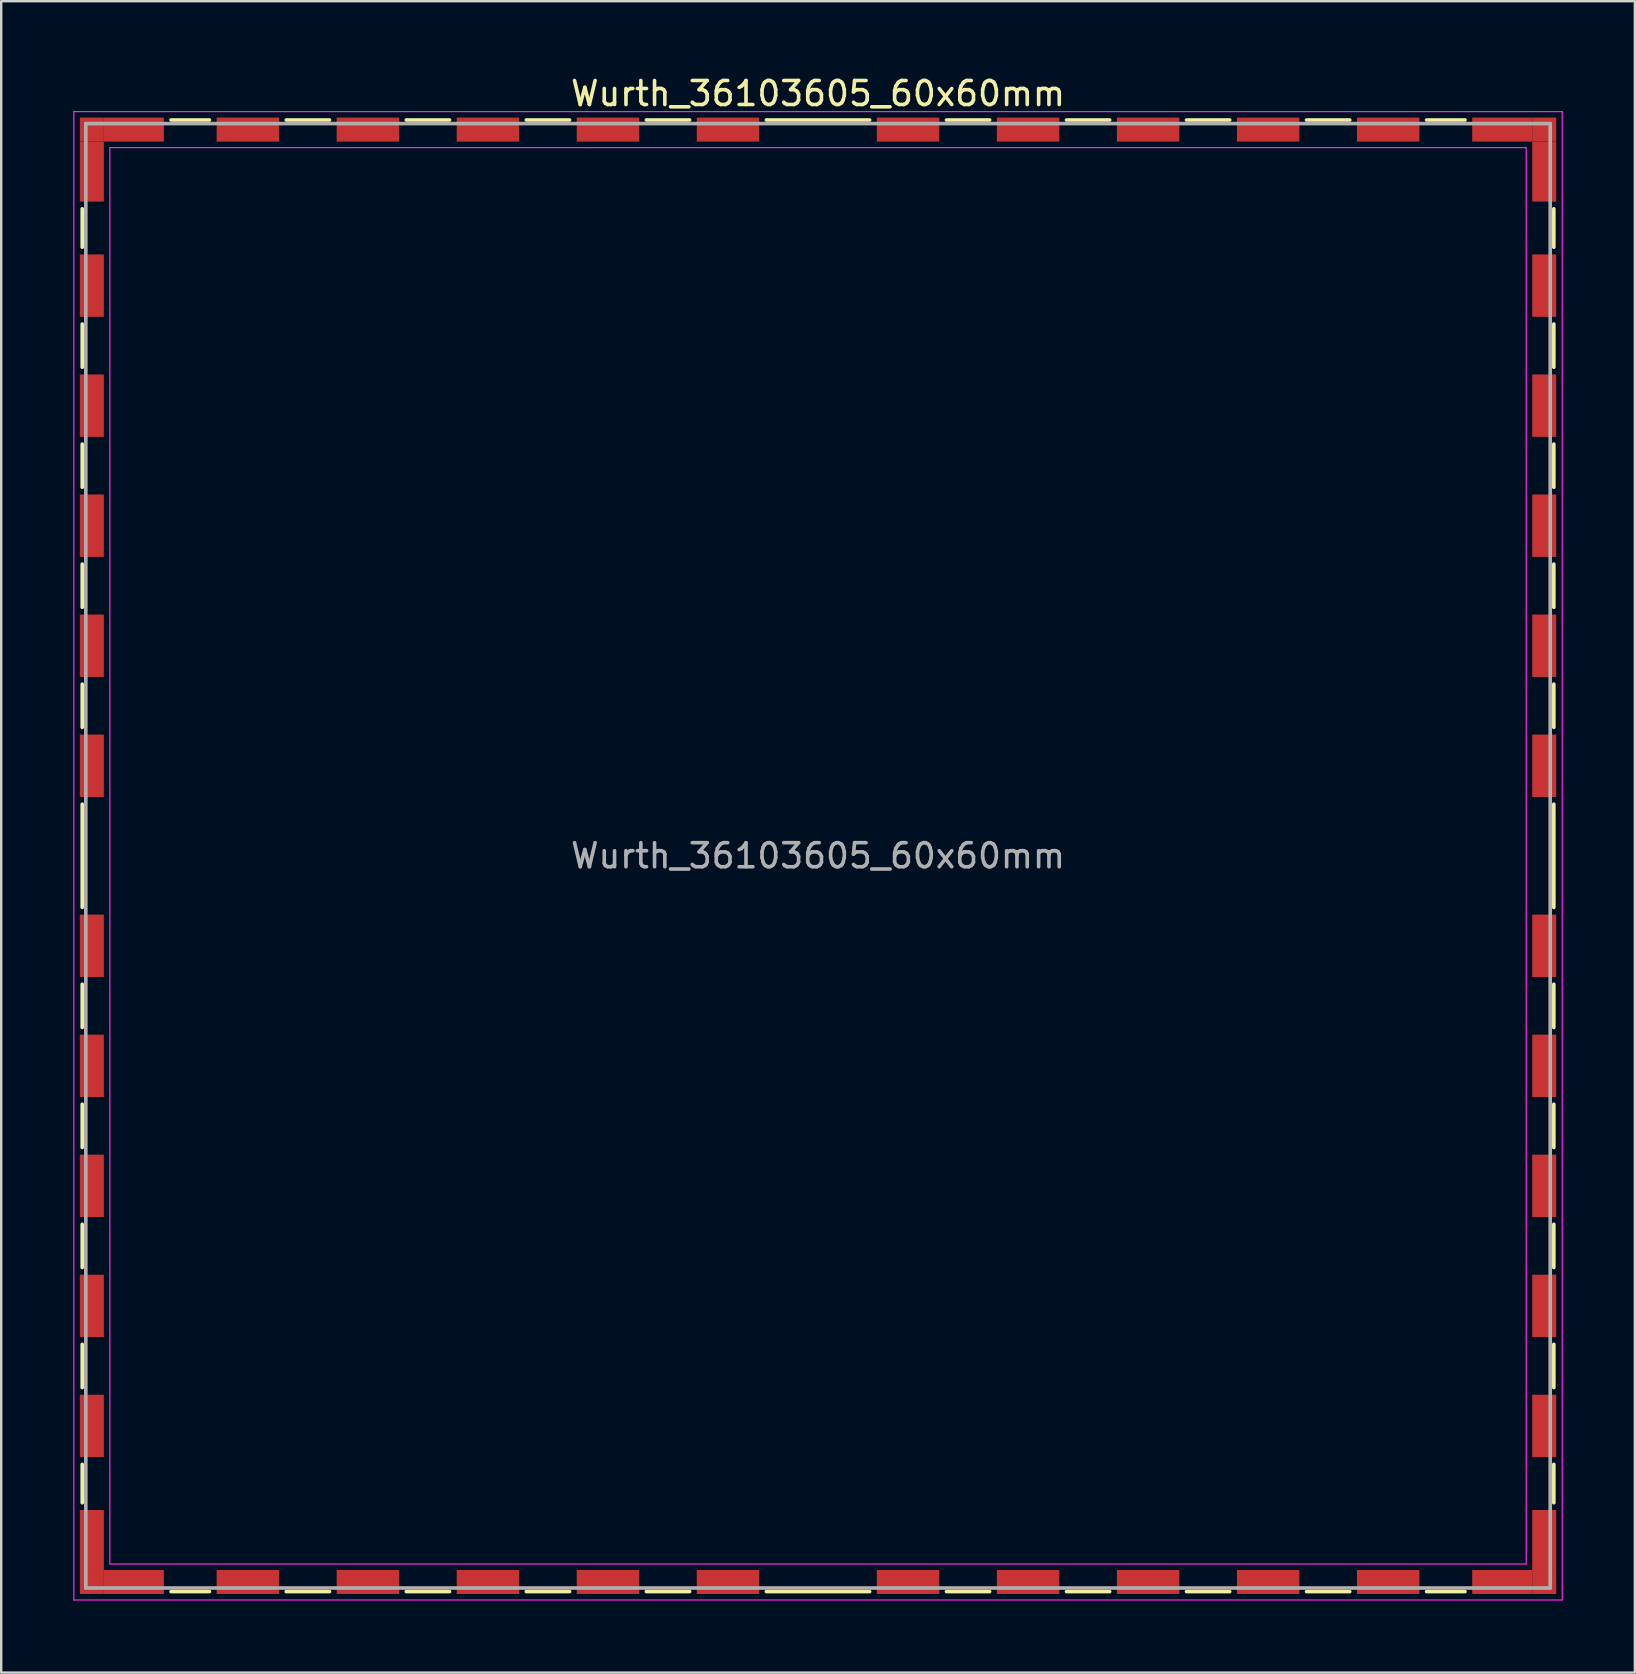
<source format=kicad_pcb>
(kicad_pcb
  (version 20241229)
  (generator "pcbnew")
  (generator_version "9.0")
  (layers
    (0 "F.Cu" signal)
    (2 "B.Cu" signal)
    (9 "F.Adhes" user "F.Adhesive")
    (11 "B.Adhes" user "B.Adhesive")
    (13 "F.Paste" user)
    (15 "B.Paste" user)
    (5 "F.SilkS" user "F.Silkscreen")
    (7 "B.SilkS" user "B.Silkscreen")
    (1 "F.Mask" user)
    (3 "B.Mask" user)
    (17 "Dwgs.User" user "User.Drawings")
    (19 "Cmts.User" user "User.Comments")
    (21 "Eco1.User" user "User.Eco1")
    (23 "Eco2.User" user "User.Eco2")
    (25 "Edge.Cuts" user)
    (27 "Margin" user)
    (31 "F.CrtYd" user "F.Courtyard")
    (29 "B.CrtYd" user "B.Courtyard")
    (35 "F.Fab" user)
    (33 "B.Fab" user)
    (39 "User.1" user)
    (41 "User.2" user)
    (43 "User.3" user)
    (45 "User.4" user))
  (footprint "Wurth_36103605_60x60mm"
    (layer "F.Cu")
    (at 31.025 32.598)
    (property "Reference" "Wurth_36103605_60x60mm" (at 0 -31.75 0) (layer "F.SilkS") (effects (font (size 1 1) (thickness 0.15))))
    (attr smd)
    (fp_line (start -30.65 -26.95) (end -30.65 -25.35) (stroke (width 0.15) (type solid)) (layer "F.SilkS"))
    (fp_line (start -30.65 -22.15) (end -30.65 -20.35) (stroke (width 0.15) (type solid)) (layer "F.SilkS"))
    (fp_line (start -30.65 -17.15) (end -30.65 -15.35) (stroke (width 0.15) (type solid)) (layer "F.SilkS"))
    (fp_line (start -30.65 -12.15) (end -30.65 -10.35) (stroke (width 0.15) (type solid)) (layer "F.SilkS"))
    (fp_line (start -30.65 -7.15) (end -30.65 -5.35) (stroke (width 0.15) (type solid)) (layer "F.SilkS"))
    (fp_line (start -30.65 -2.15) (end -30.65 2.15) (stroke (width 0.15) (type solid)) (layer "F.SilkS"))
    (fp_line (start -30.65 5.35) (end -30.65 7.15) (stroke (width 0.15) (type solid)) (layer "F.SilkS"))
    (fp_line (start -30.65 10.35) (end -30.65 12.15) (stroke (width 0.15) (type solid)) (layer "F.SilkS"))
    (fp_line (start -30.65 15.35) (end -30.65 17.15) (stroke (width 0.15) (type solid)) (layer "F.SilkS"))
    (fp_line (start -30.65 20.35) (end -30.65 22.15) (stroke (width 0.15) (type solid)) (layer "F.SilkS"))
    (fp_line (start -30.65 25.35) (end -30.65 26.95) (stroke (width 0.15) (type solid)) (layer "F.SilkS"))
    (fp_line (start -26.95 -30.65) (end -25.35 -30.65) (stroke (width 0.15) (type solid)) (layer "F.SilkS"))
    (fp_line (start -26.95 30.65) (end -25.35 30.65) (stroke (width 0.15) (type solid)) (layer "F.SilkS"))
    (fp_line (start -22.15 -30.65) (end -20.35 -30.65) (stroke (width 0.15) (type solid)) (layer "F.SilkS"))
    (fp_line (start -22.15 30.65) (end -20.35 30.65) (stroke (width 0.15) (type solid)) (layer "F.SilkS"))
    (fp_line (start -17.15 -30.65) (end -15.35 -30.65) (stroke (width 0.15) (type solid)) (layer "F.SilkS"))
    (fp_line (start -17.15 30.65) (end -15.35 30.65) (stroke (width 0.15) (type solid)) (layer "F.SilkS"))
    (fp_line (start -12.15 -30.65) (end -10.35 -30.65) (stroke (width 0.15) (type solid)) (layer "F.SilkS"))
    (fp_line (start -12.15 30.65) (end -10.35 30.65) (stroke (width 0.15) (type solid)) (layer "F.SilkS"))
    (fp_line (start -7.15 -30.65) (end -5.35 -30.65) (stroke (width 0.15) (type solid)) (layer "F.SilkS"))
    (fp_line (start -7.15 30.65) (end -5.35 30.65) (stroke (width 0.15) (type solid)) (layer "F.SilkS"))
    (fp_line (start -2.15 -30.65) (end 2.15 -30.65) (stroke (width 0.15) (type solid)) (layer "F.SilkS"))
    (fp_line (start -2.15 30.65) (end 2.15 30.65) (stroke (width 0.15) (type solid)) (layer "F.SilkS"))
    (fp_line (start 5.35 -30.65) (end 7.15 -30.65) (stroke (width 0.15) (type solid)) (layer "F.SilkS"))
    (fp_line (start 5.35 30.65) (end 7.15 30.65) (stroke (width 0.15) (type solid)) (layer "F.SilkS"))
    (fp_line (start 10.35 -30.65) (end 12.15 -30.65) (stroke (width 0.15) (type solid)) (layer "F.SilkS"))
    (fp_line (start 10.35 30.65) (end 12.15 30.65) (stroke (width 0.15) (type solid)) (layer "F.SilkS"))
    (fp_line (start 15.35 -30.65) (end 17.15 -30.65) (stroke (width 0.15) (type solid)) (layer "F.SilkS"))
    (fp_line (start 15.35 30.65) (end 17.15 30.65) (stroke (width 0.15) (type solid)) (layer "F.SilkS"))
    (fp_line (start 20.35 -30.65) (end 22.15 -30.65) (stroke (width 0.15) (type solid)) (layer "F.SilkS"))
    (fp_line (start 20.35 30.65) (end 22.15 30.65) (stroke (width 0.15) (type solid)) (layer "F.SilkS"))
    (fp_line (start 25.35 -30.65) (end 26.95 -30.65) (stroke (width 0.15) (type solid)) (layer "F.SilkS"))
    (fp_line (start 25.35 30.65) (end 26.95 30.65) (stroke (width 0.15) (type solid)) (layer "F.SilkS"))
    (fp_line (start 30.65 -26.95) (end 30.65 -25.35) (stroke (width 0.15) (type solid)) (layer "F.SilkS"))
    (fp_line (start 30.65 -22.15) (end 30.65 -20.35) (stroke (width 0.15) (type solid)) (layer "F.SilkS"))
    (fp_line (start 30.65 -17.15) (end 30.65 -15.35) (stroke (width 0.15) (type solid)) (layer "F.SilkS"))
    (fp_line (start 30.65 -12.15) (end 30.65 -10.35) (stroke (width 0.15) (type solid)) (layer "F.SilkS"))
    (fp_line (start 30.65 -7.15) (end 30.65 -5.35) (stroke (width 0.15) (type solid)) (layer "F.SilkS"))
    (fp_line (start 30.65 -2.15) (end 30.65 2.15) (stroke (width 0.15) (type solid)) (layer "F.SilkS"))
    (fp_line (start 30.65 5.35) (end 30.65 7.15) (stroke (width 0.15) (type solid)) (layer "F.SilkS"))
    (fp_line (start 30.65 10.35) (end 30.65 12.15) (stroke (width 0.15) (type solid)) (layer "F.SilkS"))
    (fp_line (start 30.65 15.35) (end 30.65 17.15) (stroke (width 0.15) (type solid)) (layer "F.SilkS"))
    (fp_line (start 30.65 20.35) (end 30.65 22.15) (stroke (width 0.15) (type solid)) (layer "F.SilkS"))
    (fp_line (start 30.65 25.35) (end 30.65 26.95) (stroke (width 0.15) (type solid)) (layer "F.SilkS"))
    (fp_line (start -31 -31) (end -31 31) (stroke (width 0.05) (type solid)) (layer "F.CrtYd"))
    (fp_line (start -31 31) (end 31 31) (stroke (width 0.05) (type solid)) (layer "F.CrtYd"))
    (fp_line (start -29.5 -29.5) (end -29.5 29.5) (stroke (width 0.05) (type solid)) (layer "F.CrtYd"))
    (fp_line (start -29.5 29.5) (end 29.5 29.5) (stroke (width 0.05) (type solid)) (layer "F.CrtYd"))
    (fp_line (start 29.5 -29.5) (end -29.5 -29.5) (stroke (width 0.05) (type solid)) (layer "F.CrtYd"))
    (fp_line (start 29.5 29.5) (end 29.5 -29.5) (stroke (width 0.05) (type solid)) (layer "F.CrtYd"))
    (fp_line (start 31 -31) (end -31 -31) (stroke (width 0.05) (type solid)) (layer "F.CrtYd"))
    (fp_line (start 31 31) (end 31 -31) (stroke (width 0.05) (type solid)) (layer "F.CrtYd"))
    (fp_line (start -30.5 -30.5) (end -30.5 30.5) (stroke (width 0.15) (type solid)) (layer "F.Fab"))
    (fp_line (start -30.5 30.5) (end 30.5 30.5) (stroke (width 0.15) (type solid)) (layer "F.Fab"))
    (fp_line (start 30.5 -30.5) (end -30.5 -30.5) (stroke (width 0.15) (type solid)) (layer "F.Fab"))
    (fp_line (start 30.5 30.5) (end 30.5 -30.5) (stroke (width 0.15) (type solid)) (layer "F.Fab"))
    (fp_text user "${REFERENCE}" (at 0 0 0) (layer "F.Fab") (effects (font (size 1 1) (thickness 0.15))))
    (pad "1" smd rect (at -30.25 -30.25) (size 1 1) (layers "F.Cu" "F.Mask"))
    (pad "1" smd rect (at -30.25 -28.5) (size 1 2.5) (layers "F.Cu" "F.Mask"))
    (pad "1" smd rect (at -30.25 -23.75) (size 1 2.6) (layers "F.Cu" "F.Mask"))
    (pad "1" smd rect (at -30.25 -18.75) (size 1 2.6) (layers "F.Cu" "F.Mask"))
    (pad "1" smd rect (at -30.25 -13.75) (size 1 2.6) (layers "F.Cu" "F.Mask"))
    (pad "1" smd rect (at -30.25 -8.75) (size 1 2.6) (layers "F.Cu" "F.Mask"))
    (pad "1" smd rect (at -30.25 -3.75) (size 1 2.6) (layers "F.Cu" "F.Mask"))
    (pad "1" smd rect (at -30.25 3.75) (size 1 2.6) (layers "F.Cu" "F.Mask"))
    (pad "1" smd rect (at -30.25 8.75) (size 1 2.6) (layers "F.Cu" "F.Mask"))
    (pad "1" smd rect (at -30.25 13.75) (size 1 2.6) (layers "F.Cu" "F.Mask"))
    (pad "1" smd rect (at -30.25 18.75) (size 1 2.6) (layers "F.Cu" "F.Mask"))
    (pad "1" smd rect (at -30.25 23.75) (size 1 2.6) (layers "F.Cu" "F.Mask"))
    (pad "1" smd rect (at -30.25 28.5) (size 1 2.5) (layers "F.Cu" "F.Mask"))
    (pad "1" smd rect (at -30.25 30.25) (size 1 1) (layers "F.Cu" "F.Mask"))
    (pad "1" smd rect (at -28.5 -30.25) (size 2.5 1) (layers "F.Cu" "F.Mask"))
    (pad "1" smd rect (at -28.5 30.25) (size 2.5 1) (layers "F.Cu" "F.Mask"))
    (pad "1" smd rect (at -23.75 -30.25) (size 2.6 1) (layers "F.Cu" "F.Mask"))
    (pad "1" smd rect (at -23.75 30.25) (size 2.6 1) (layers "F.Cu" "F.Mask"))
    (pad "1" smd rect (at -18.75 -30.25) (size 2.6 1) (layers "F.Cu" "F.Mask"))
    (pad "1" smd rect (at -18.75 30.25) (size 2.6 1) (layers "F.Cu" "F.Mask"))
    (pad "1" smd rect (at -13.75 -30.25) (size 2.6 1) (layers "F.Cu" "F.Mask"))
    (pad "1" smd rect (at -13.75 30.25) (size 2.6 1) (layers "F.Cu" "F.Mask"))
    (pad "1" smd rect (at -8.75 -30.25) (size 2.6 1) (layers "F.Cu" "F.Mask"))
    (pad "1" smd rect (at -8.75 30.25) (size 2.6 1) (layers "F.Cu" "F.Mask"))
    (pad "1" smd rect (at -3.75 -30.25) (size 2.6 1) (layers "F.Cu" "F.Mask"))
    (pad "1" smd rect (at -3.75 30.25) (size 2.6 1) (layers "F.Cu" "F.Mask"))
    (pad "1" smd rect (at 3.75 -30.25) (size 2.6 1) (layers "F.Cu" "F.Mask"))
    (pad "1" smd rect (at 3.75 30.25) (size 2.6 1) (layers "F.Cu" "F.Mask"))
    (pad "1" smd rect (at 8.75 -30.25) (size 2.6 1) (layers "F.Cu" "F.Mask"))
    (pad "1" smd rect (at 8.75 30.25) (size 2.6 1) (layers "F.Cu" "F.Mask"))
    (pad "1" smd rect (at 13.75 -30.25) (size 2.6 1) (layers "F.Cu" "F.Mask"))
    (pad "1" smd rect (at 13.75 30.25) (size 2.6 1) (layers "F.Cu" "F.Mask"))
    (pad "1" smd rect (at 18.75 -30.25) (size 2.6 1) (layers "F.Cu" "F.Mask"))
    (pad "1" smd rect (at 18.75 30.25) (size 2.6 1) (layers "F.Cu" "F.Mask"))
    (pad "1" smd rect (at 23.75 -30.25) (size 2.6 1) (layers "F.Cu" "F.Mask"))
    (pad "1" smd rect (at 23.75 30.25) (size 2.6 1) (layers "F.Cu" "F.Mask"))
    (pad "1" smd rect (at 28.5 -30.25) (size 2.5 1) (layers "F.Cu" "F.Mask"))
    (pad "1" smd rect (at 28.5 30.25) (size 2.5 1) (layers "F.Cu" "F.Mask"))
    (pad "1" smd rect (at 30.25 -30.25) (size 1 1) (layers "F.Cu" "F.Mask"))
    (pad "1" smd rect (at 30.25 -28.5) (size 1 2.5) (layers "F.Cu" "F.Mask"))
    (pad "1" smd rect (at 30.25 -23.75) (size 1 2.6) (layers "F.Cu" "F.Mask"))
    (pad "1" smd rect (at 30.25 -18.75) (size 1 2.6) (layers "F.Cu" "F.Mask"))
    (pad "1" smd rect (at 30.25 -13.75) (size 1 2.6) (layers "F.Cu" "F.Mask"))
    (pad "1" smd rect (at 30.25 -8.75) (size 1 2.6) (layers "F.Cu" "F.Mask"))
    (pad "1" smd rect (at 30.25 -3.75) (size 1 2.6) (layers "F.Cu" "F.Mask"))
    (pad "1" smd rect (at 30.25 3.75) (size 1 2.6) (layers "F.Cu" "F.Mask"))
    (pad "1" smd rect (at 30.25 8.75) (size 1 2.6) (layers "F.Cu" "F.Mask"))
    (pad "1" smd rect (at 30.25 13.75) (size 1 2.6) (layers "F.Cu" "F.Mask"))
    (pad "1" smd rect (at 30.25 18.75) (size 1 2.6) (layers "F.Cu" "F.Mask"))
    (pad "1" smd rect (at 30.25 23.75) (size 1 2.6) (layers "F.Cu" "F.Mask"))
    (pad "1" smd rect (at 30.25 28.5) (size 1 2.5) (layers "F.Cu" "F.Mask"))
    (pad "1" smd rect (at 30.25 30.25) (size 1 1) (layers "F.Cu" "F.Mask")))
  (gr_rect
    (start -3 -3)
    (end 65.05 66.623)
    (stroke (width 0.1) (type default))
    (fill no)
    (layer "Edge.Cuts")))
</source>
